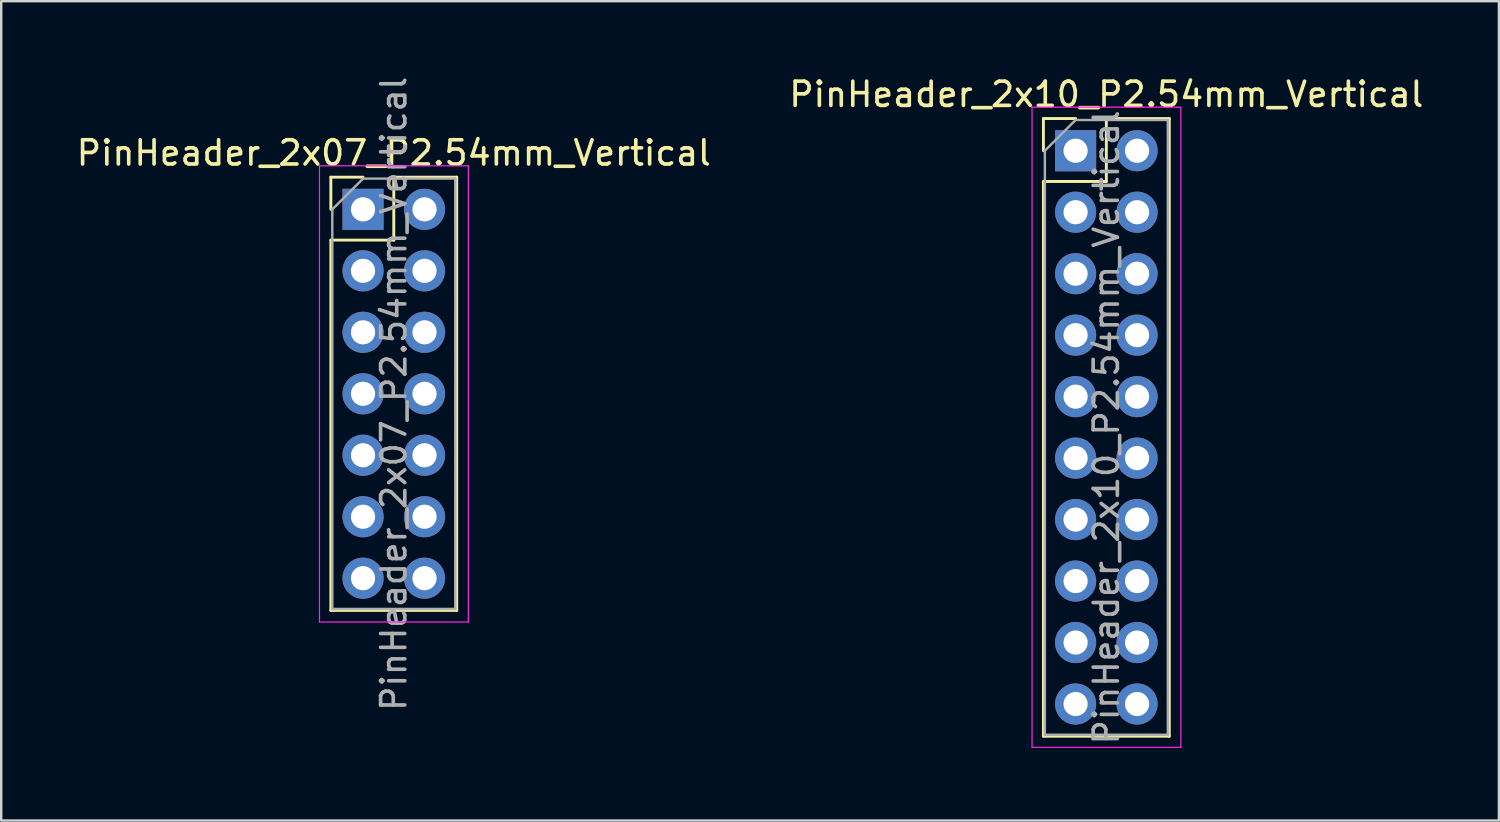
<source format=kicad_pcb>
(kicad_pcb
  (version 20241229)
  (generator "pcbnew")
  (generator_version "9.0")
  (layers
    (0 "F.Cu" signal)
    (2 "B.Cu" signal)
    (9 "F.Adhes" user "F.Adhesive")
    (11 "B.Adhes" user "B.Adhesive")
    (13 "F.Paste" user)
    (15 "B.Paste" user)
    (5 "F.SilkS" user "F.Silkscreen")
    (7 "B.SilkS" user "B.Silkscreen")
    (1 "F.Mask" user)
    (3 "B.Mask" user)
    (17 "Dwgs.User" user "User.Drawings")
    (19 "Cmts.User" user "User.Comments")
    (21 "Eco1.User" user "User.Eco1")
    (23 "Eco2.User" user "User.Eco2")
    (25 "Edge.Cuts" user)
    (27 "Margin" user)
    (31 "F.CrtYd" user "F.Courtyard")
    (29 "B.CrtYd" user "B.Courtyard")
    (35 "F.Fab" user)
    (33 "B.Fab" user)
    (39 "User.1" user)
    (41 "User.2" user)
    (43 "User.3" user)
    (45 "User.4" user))
  (footprint "PinHeader_2x10_P2.54mm_Vertical"
    (layer "F.Cu")
    (at 41.391 3.178)
    (property "Reference" "PinHeader_2x10_P2.54mm_Vertical" (at 1.27 -2.33 0) (layer "F.SilkS") (effects (font (size 1 1) (thickness 0.15))))
    (attr through_hole)
    (fp_line (start -1.33 -1.33) (end 0 -1.33) (stroke (width 0.12) (type solid)) (layer "F.SilkS"))
    (fp_line (start -1.33 0) (end -1.33 -1.33) (stroke (width 0.12) (type solid)) (layer "F.SilkS"))
    (fp_line (start -1.33 1.27) (end -1.33 24.19) (stroke (width 0.12) (type solid)) (layer "F.SilkS"))
    (fp_line (start -1.33 1.27) (end 1.27 1.27) (stroke (width 0.12) (type solid)) (layer "F.SilkS"))
    (fp_line (start -1.33 24.19) (end 3.87 24.19) (stroke (width 0.12) (type solid)) (layer "F.SilkS"))
    (fp_line (start 1.27 -1.33) (end 3.87 -1.33) (stroke (width 0.12) (type solid)) (layer "F.SilkS"))
    (fp_line (start 1.27 1.27) (end 1.27 -1.33) (stroke (width 0.12) (type solid)) (layer "F.SilkS"))
    (fp_line (start 3.87 -1.33) (end 3.87 24.19) (stroke (width 0.12) (type solid)) (layer "F.SilkS"))
    (fp_line (start -1.8 -1.8) (end -1.8 24.65) (stroke (width 0.05) (type solid)) (layer "F.CrtYd"))
    (fp_line (start -1.8 24.65) (end 4.35 24.65) (stroke (width 0.05) (type solid)) (layer "F.CrtYd"))
    (fp_line (start 4.35 -1.8) (end -1.8 -1.8) (stroke (width 0.05) (type solid)) (layer "F.CrtYd"))
    (fp_line (start 4.35 24.65) (end 4.35 -1.8) (stroke (width 0.05) (type solid)) (layer "F.CrtYd"))
    (fp_line (start -1.27 0) (end 0 -1.27) (stroke (width 0.1) (type solid)) (layer "F.Fab"))
    (fp_line (start -1.27 24.13) (end -1.27 0) (stroke (width 0.1) (type solid)) (layer "F.Fab"))
    (fp_line (start 0 -1.27) (end 3.81 -1.27) (stroke (width 0.1) (type solid)) (layer "F.Fab"))
    (fp_line (start 3.81 -1.27) (end 3.81 24.13) (stroke (width 0.1) (type solid)) (layer "F.Fab"))
    (fp_line (start 3.81 24.13) (end -1.27 24.13) (stroke (width 0.1) (type solid)) (layer "F.Fab"))
    (fp_text user "${REFERENCE}" (at 1.27 11.43 90) (layer "F.Fab") (effects (font (size 1 1) (thickness 0.15))))
    (pad "1" thru_hole rect (at 0 0) (size 1.7 1.7) (drill 1) (layers "*.Cu" "*.Mask"))
    (pad "2" thru_hole oval (at 2.54 0) (size 1.7 1.7) (drill 1) (layers "*.Cu" "*.Mask"))
    (pad "3" thru_hole oval (at 0 2.54) (size 1.7 1.7) (drill 1) (layers "*.Cu" "*.Mask"))
    (pad "4" thru_hole oval (at 2.54 2.54) (size 1.7 1.7) (drill 1) (layers "*.Cu" "*.Mask"))
    (pad "5" thru_hole oval (at 0 5.08) (size 1.7 1.7) (drill 1) (layers "*.Cu" "*.Mask"))
    (pad "6" thru_hole oval (at 2.54 5.08) (size 1.7 1.7) (drill 1) (layers "*.Cu" "*.Mask"))
    (pad "7" thru_hole oval (at 0 7.62) (size 1.7 1.7) (drill 1) (layers "*.Cu" "*.Mask"))
    (pad "8" thru_hole oval (at 2.54 7.62) (size 1.7 1.7) (drill 1) (layers "*.Cu" "*.Mask"))
    (pad "9" thru_hole oval (at 0 10.16) (size 1.7 1.7) (drill 1) (layers "*.Cu" "*.Mask"))
    (pad "10" thru_hole oval (at 2.54 10.16) (size 1.7 1.7) (drill 1) (layers "*.Cu" "*.Mask"))
    (pad "11" thru_hole oval (at 0 12.7) (size 1.7 1.7) (drill 1) (layers "*.Cu" "*.Mask"))
    (pad "12" thru_hole oval (at 2.54 12.7) (size 1.7 1.7) (drill 1) (layers "*.Cu" "*.Mask"))
    (pad "13" thru_hole oval (at 0 15.24) (size 1.7 1.7) (drill 1) (layers "*.Cu" "*.Mask"))
    (pad "14" thru_hole oval (at 2.54 15.24) (size 1.7 1.7) (drill 1) (layers "*.Cu" "*.Mask"))
    (pad "15" thru_hole oval (at 0 17.78) (size 1.7 1.7) (drill 1) (layers "*.Cu" "*.Mask"))
    (pad "16" thru_hole oval (at 2.54 17.78) (size 1.7 1.7) (drill 1) (layers "*.Cu" "*.Mask"))
    (pad "17" thru_hole oval (at 0 20.32) (size 1.7 1.7) (drill 1) (layers "*.Cu" "*.Mask"))
    (pad "18" thru_hole oval (at 2.54 20.32) (size 1.7 1.7) (drill 1) (layers "*.Cu" "*.Mask"))
    (pad "19" thru_hole oval (at 0 22.86) (size 1.7 1.7) (drill 1) (layers "*.Cu" "*.Mask"))
    (pad "20" thru_hole oval (at 2.54 22.86) (size 1.7 1.7) (drill 1) (layers "*.Cu" "*.Mask")))
  (footprint "PinHeader_2x07_P2.54mm_Vertical"
    (layer "F.Cu")
    (at 11.95 5.6)
    (property "Reference" "PinHeader_2x07_P2.54mm_Vertical" (at 1.27 -2.33 0) (layer "F.SilkS") (effects (font (size 1 1) (thickness 0.15))))
    (attr through_hole)
    (fp_line (start -1.33 -1.33) (end 0 -1.33) (stroke (width 0.12) (type solid)) (layer "F.SilkS"))
    (fp_line (start -1.33 0) (end -1.33 -1.33) (stroke (width 0.12) (type solid)) (layer "F.SilkS"))
    (fp_line (start -1.33 1.27) (end -1.33 16.57) (stroke (width 0.12) (type solid)) (layer "F.SilkS"))
    (fp_line (start -1.33 1.27) (end 1.27 1.27) (stroke (width 0.12) (type solid)) (layer "F.SilkS"))
    (fp_line (start -1.33 16.57) (end 3.87 16.57) (stroke (width 0.12) (type solid)) (layer "F.SilkS"))
    (fp_line (start 1.27 -1.33) (end 3.87 -1.33) (stroke (width 0.12) (type solid)) (layer "F.SilkS"))
    (fp_line (start 1.27 1.27) (end 1.27 -1.33) (stroke (width 0.12) (type solid)) (layer "F.SilkS"))
    (fp_line (start 3.87 -1.33) (end 3.87 16.57) (stroke (width 0.12) (type solid)) (layer "F.SilkS"))
    (fp_line (start -1.8 -1.8) (end -1.8 17.05) (stroke (width 0.05) (type solid)) (layer "F.CrtYd"))
    (fp_line (start -1.8 17.05) (end 4.35 17.05) (stroke (width 0.05) (type solid)) (layer "F.CrtYd"))
    (fp_line (start 4.35 -1.8) (end -1.8 -1.8) (stroke (width 0.05) (type solid)) (layer "F.CrtYd"))
    (fp_line (start 4.35 17.05) (end 4.35 -1.8) (stroke (width 0.05) (type solid)) (layer "F.CrtYd"))
    (fp_line (start -1.27 0) (end 0 -1.27) (stroke (width 0.1) (type solid)) (layer "F.Fab"))
    (fp_line (start -1.27 16.51) (end -1.27 0) (stroke (width 0.1) (type solid)) (layer "F.Fab"))
    (fp_line (start 0 -1.27) (end 3.81 -1.27) (stroke (width 0.1) (type solid)) (layer "F.Fab"))
    (fp_line (start 3.81 -1.27) (end 3.81 16.51) (stroke (width 0.1) (type solid)) (layer "F.Fab"))
    (fp_line (start 3.81 16.51) (end -1.27 16.51) (stroke (width 0.1) (type solid)) (layer "F.Fab"))
    (fp_text user "${REFERENCE}" (at 1.27 7.62 90) (layer "F.Fab") (effects (font (size 1 1) (thickness 0.15))))
    (pad "1" thru_hole rect (at 0 0) (size 1.7 1.7) (drill 1) (layers "*.Cu" "*.Mask"))
    (pad "2" thru_hole oval (at 2.54 0) (size 1.7 1.7) (drill 1) (layers "*.Cu" "*.Mask"))
    (pad "3" thru_hole oval (at 0 2.54) (size 1.7 1.7) (drill 1) (layers "*.Cu" "*.Mask"))
    (pad "4" thru_hole oval (at 2.54 2.54) (size 1.7 1.7) (drill 1) (layers "*.Cu" "*.Mask"))
    (pad "5" thru_hole oval (at 0 5.08) (size 1.7 1.7) (drill 1) (layers "*.Cu" "*.Mask"))
    (pad "6" thru_hole oval (at 2.54 5.08) (size 1.7 1.7) (drill 1) (layers "*.Cu" "*.Mask"))
    (pad "7" thru_hole oval (at 0 7.62) (size 1.7 1.7) (drill 1) (layers "*.Cu" "*.Mask"))
    (pad "8" thru_hole oval (at 2.54 7.62) (size 1.7 1.7) (drill 1) (layers "*.Cu" "*.Mask"))
    (pad "9" thru_hole oval (at 0 10.16) (size 1.7 1.7) (drill 1) (layers "*.Cu" "*.Mask"))
    (pad "10" thru_hole oval (at 2.54 10.16) (size 1.7 1.7) (drill 1) (layers "*.Cu" "*.Mask"))
    (pad "11" thru_hole oval (at 0 12.7) (size 1.7 1.7) (drill 1) (layers "*.Cu" "*.Mask"))
    (pad "12" thru_hole oval (at 2.54 12.7) (size 1.7 1.7) (drill 1) (layers "*.Cu" "*.Mask"))
    (pad "13" thru_hole oval (at 0 15.24) (size 1.7 1.7) (drill 1) (layers "*.Cu" "*.Mask"))
    (pad "14" thru_hole oval (at 2.54 15.24) (size 1.7 1.7) (drill 1) (layers "*.Cu" "*.Mask")))
  (gr_rect
    (start -3 -3)
    (end 58.881 30.853)
    (stroke (width 0.1) (type default))
    (fill no)
    (layer "Edge.Cuts")))
</source>
